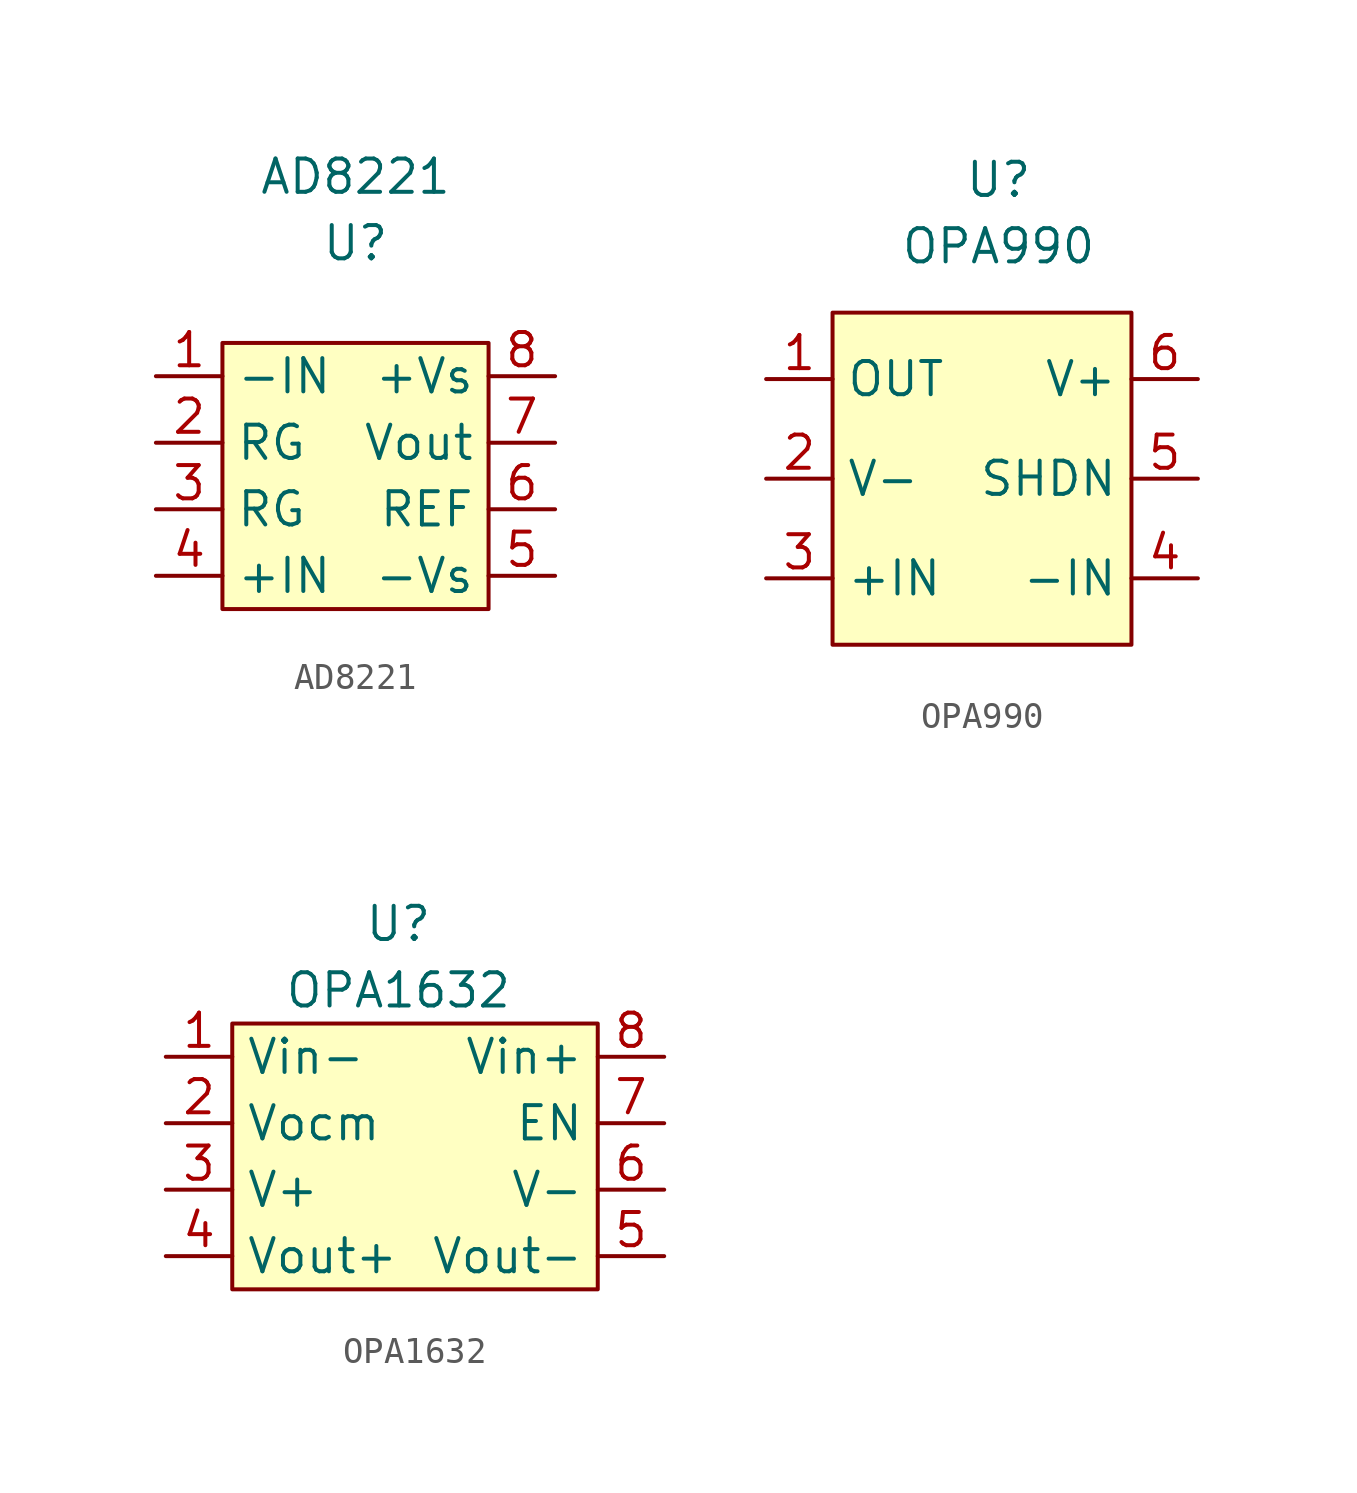
<source format=kicad_sym>
(kicad_symbol_lib
  (version 20211014)
  (generator kicad_symbol_editor)
  (symbol "AD8221"
    (property "Reference" "U"
      (at 0 3.81 0)
      (effects (font (size 1.27 1.27))))
    (property "Value" "AD8221"
      (at 0 6.35 0)
      (effects (font (size 1.27 1.27))))
    (symbol "AD8221_0_0"
      (rectangle (start -5.08 0) (end 5.08 -10.16) (stroke (width 0) (type default) (color 0 0 0 0)) (fill (type background))))
    (symbol "AD8221_1_1"
      (pin input line (at -7.62 -1.27 0) (length 2.54) (name "-IN" (effects (font (size 1.27 1.27)))) (number "1" (effects (font (size 1.27 1.27)))))
      (pin input line (at -7.62 -3.81 0) (length 2.54) (name "RG" (effects (font (size 1.27 1.27)))) (number "2" (effects (font (size 1.27 1.27)))))
      (pin input line (at -7.62 -6.35 0) (length 2.54) (name "RG" (effects (font (size 1.27 1.27)))) (number "3" (effects (font (size 1.27 1.27)))))
      (pin input line (at -7.62 -8.89 0) (length 2.54) (name "+IN" (effects (font (size 1.27 1.27)))) (number "4" (effects (font (size 1.27 1.27)))))
      (pin power_in line (at 7.62 -8.89 180) (length 2.54) (name "-Vs" (effects (font (size 1.27 1.27)))) (number "5" (effects (font (size 1.27 1.27)))))
      (pin input line (at 7.62 -6.35 180) (length 2.54) (name "REF" (effects (font (size 1.27 1.27)))) (number "6" (effects (font (size 1.27 1.27)))))
      (pin output line (at 7.62 -3.81 180) (length 2.54) (name "Vout" (effects (font (size 1.27 1.27)))) (number "7" (effects (font (size 1.27 1.27)))))
      (pin power_in line (at 7.62 -1.27 180) (length 2.54) (name "+Vs" (effects (font (size 1.27 1.27)))) (number "8" (effects (font (size 1.27 1.27)))))))
  (symbol "OPA990"
    (property "Reference" "U"
      (at 0 10.16 0)
      (effects (font (size 1.27 1.27))))
    (property "Value" "OPA990"
      (at 0 7.62 0)
      (effects (font (size 1.27 1.27))))
    (symbol "OPA990_0_1"
      (rectangle (start -6.35 5.08) (end 5.08 -7.62) (stroke (width 0) (type default) (color 0 0 0 0)) (fill (type background))))
    (symbol "OPA990_1_1"
      (pin output line (at -8.89 2.54 0) (length 2.54) (name "OUT" (effects (font (size 1.27 1.27)))) (number "1" (effects (font (size 1.27 1.27)))))
      (pin power_in line (at -8.89 -1.27 0) (length 2.54) (name "V-" (effects (font (size 1.27 1.27)))) (number "2" (effects (font (size 1.27 1.27)))))
      (pin input line (at -8.89 -5.08 0) (length 2.54) (name "+IN" (effects (font (size 1.27 1.27)))) (number "3" (effects (font (size 1.27 1.27)))))
      (pin input line (at 7.62 -5.08 180) (length 2.54) (name "-IN" (effects (font (size 1.27 1.27)))) (number "4" (effects (font (size 1.27 1.27)))))
      (pin input line (at 7.62 -1.27 180) (length 2.54) (name "SHDN" (effects (font (size 1.27 1.27)))) (number "5" (effects (font (size 1.27 1.27)))))
      (pin power_in line (at 7.62 2.54 180) (length 2.54) (name "V+" (effects (font (size 1.27 1.27)))) (number "6" (effects (font (size 1.27 1.27)))))))
  (symbol "OPA1632"
    (property "Reference" "U"
      (at 0 5.08 0)
      (effects (font (size 1.27 1.27))))
    (property "Value" "OPA1632"
      (at 0 2.54 0)
      (effects (font (size 1.27 1.27))))
    (symbol "OPA1632_0_1"
      (rectangle (start -6.35 1.27) (end 7.62 -8.89) (stroke (width 0) (type default) (color 0 0 0 0)) (fill (type background))))
    (symbol "OPA1632_1_1"
      (pin input line (at -8.89 0 0) (length 2.54) (name "Vin-" (effects (font (size 1.27 1.27)))) (number "1" (effects (font (size 1.27 1.27)))))
      (pin input line (at -8.89 -2.54 0) (length 2.54) (name "Vocm" (effects (font (size 1.27 1.27)))) (number "2" (effects (font (size 1.27 1.27)))))
      (pin power_in line (at -8.89 -5.08 0) (length 2.54) (name "V+" (effects (font (size 1.27 1.27)))) (number "3" (effects (font (size 1.27 1.27)))))
      (pin output line (at -8.89 -7.62 0) (length 2.54) (name "Vout+" (effects (font (size 1.27 1.27)))) (number "4" (effects (font (size 1.27 1.27)))))
      (pin output line (at 10.16 -7.62 180) (length 2.54) (name "Vout-" (effects (font (size 1.27 1.27)))) (number "5" (effects (font (size 1.27 1.27)))))
      (pin power_in line (at 10.16 -5.08 180) (length 2.54) (name "V-" (effects (font (size 1.27 1.27)))) (number "6" (effects (font (size 1.27 1.27)))))
      (pin input line (at 10.16 -2.54 180) (length 2.54) (name "EN" (effects (font (size 1.27 1.27)))) (number "7" (effects (font (size 1.27 1.27)))))
      (pin input line (at 10.16 0 180) (length 2.54) (name "Vin+" (effects (font (size 1.27 1.27)))) (number "8" (effects (font (size 1.27 1.27))))))))
</source>
